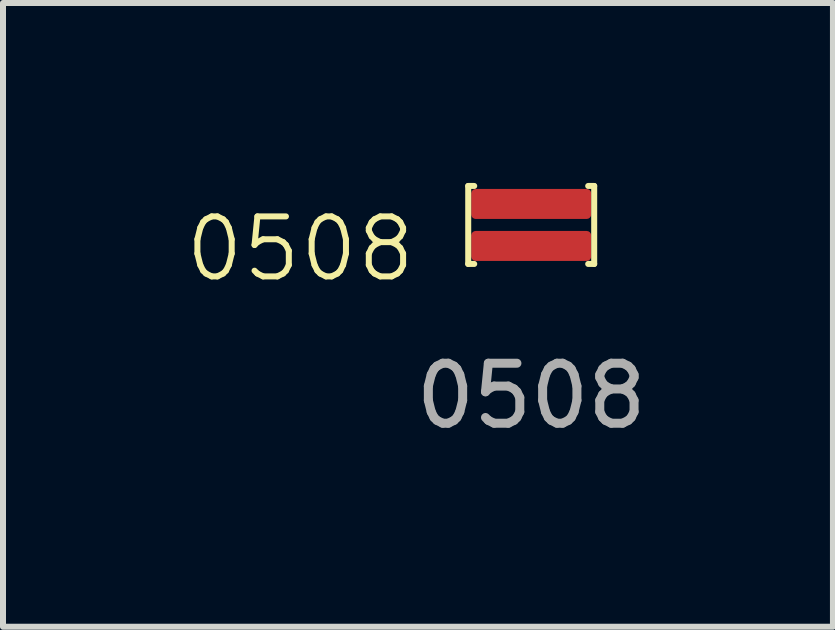
<source format=kicad_pcb>
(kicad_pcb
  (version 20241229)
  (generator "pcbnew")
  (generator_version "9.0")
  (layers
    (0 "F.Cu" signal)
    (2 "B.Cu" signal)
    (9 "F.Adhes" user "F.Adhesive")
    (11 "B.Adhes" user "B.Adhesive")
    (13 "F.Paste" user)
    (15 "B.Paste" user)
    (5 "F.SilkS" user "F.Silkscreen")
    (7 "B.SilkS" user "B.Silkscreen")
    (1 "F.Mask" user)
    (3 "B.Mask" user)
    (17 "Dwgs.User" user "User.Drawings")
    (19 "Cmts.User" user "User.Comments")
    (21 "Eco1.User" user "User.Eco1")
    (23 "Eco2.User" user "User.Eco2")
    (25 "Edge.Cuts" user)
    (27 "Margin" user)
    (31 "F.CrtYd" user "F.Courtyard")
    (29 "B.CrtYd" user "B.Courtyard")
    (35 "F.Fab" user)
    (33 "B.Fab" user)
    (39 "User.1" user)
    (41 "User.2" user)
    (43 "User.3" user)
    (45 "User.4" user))
  (footprint "0508"
    (layer "F.Cu")
    (at 5.805 1.05)
    (property "Reference" "0508" (at -3.85 0.05 0) (unlocked yes) (layer "F.SilkS") (effects (font (size 1 1) (thickness 0.1))))
    (attr smd)
    (fp_line (start -1.05 -1) (end -1.05 0.3) (stroke (width 0.1) (type default)) (layer "F.SilkS"))
    (fp_line (start -1.05 0.3) (end -0.95 0.3) (stroke (width 0.1) (type default)) (layer "F.SilkS"))
    (fp_line (start -0.95 -1) (end -1.05 -1) (stroke (width 0.1) (type default)) (layer "F.SilkS"))
    (fp_line (start 0.95 -1) (end 1.05 -1) (stroke (width 0.1) (type default)) (layer "F.SilkS"))
    (fp_line (start 1.05 -1) (end 1.05 0.3) (stroke (width 0.1) (type default)) (layer "F.SilkS"))
    (fp_line (start 1.05 0.3) (end 0.95 0.3) (stroke (width 0.1) (type default)) (layer "F.SilkS"))
    (fp_text user "${REFERENCE}" (at 0 2.5 0) (unlocked yes) (layer "F.Fab") (effects (font (size 1 1) (thickness 0.15))))
    (pad "1" smd roundrect (at 0 0) (size 2 0.5) (layers "F.Cu" "F.Mask" "F.Paste") (roundrect_rratio 0.15))
    (pad "2" smd roundrect (at 0 -0.7) (size 2 0.5) (layers "F.Cu" "F.Mask" "F.Paste") (roundrect_rratio 0.15)))
  (gr_rect
    (start -3 -3)
    (end 10.835 7.398)
    (stroke (width 0.1) (type default))
    (fill no)
    (layer "Edge.Cuts")))
</source>
